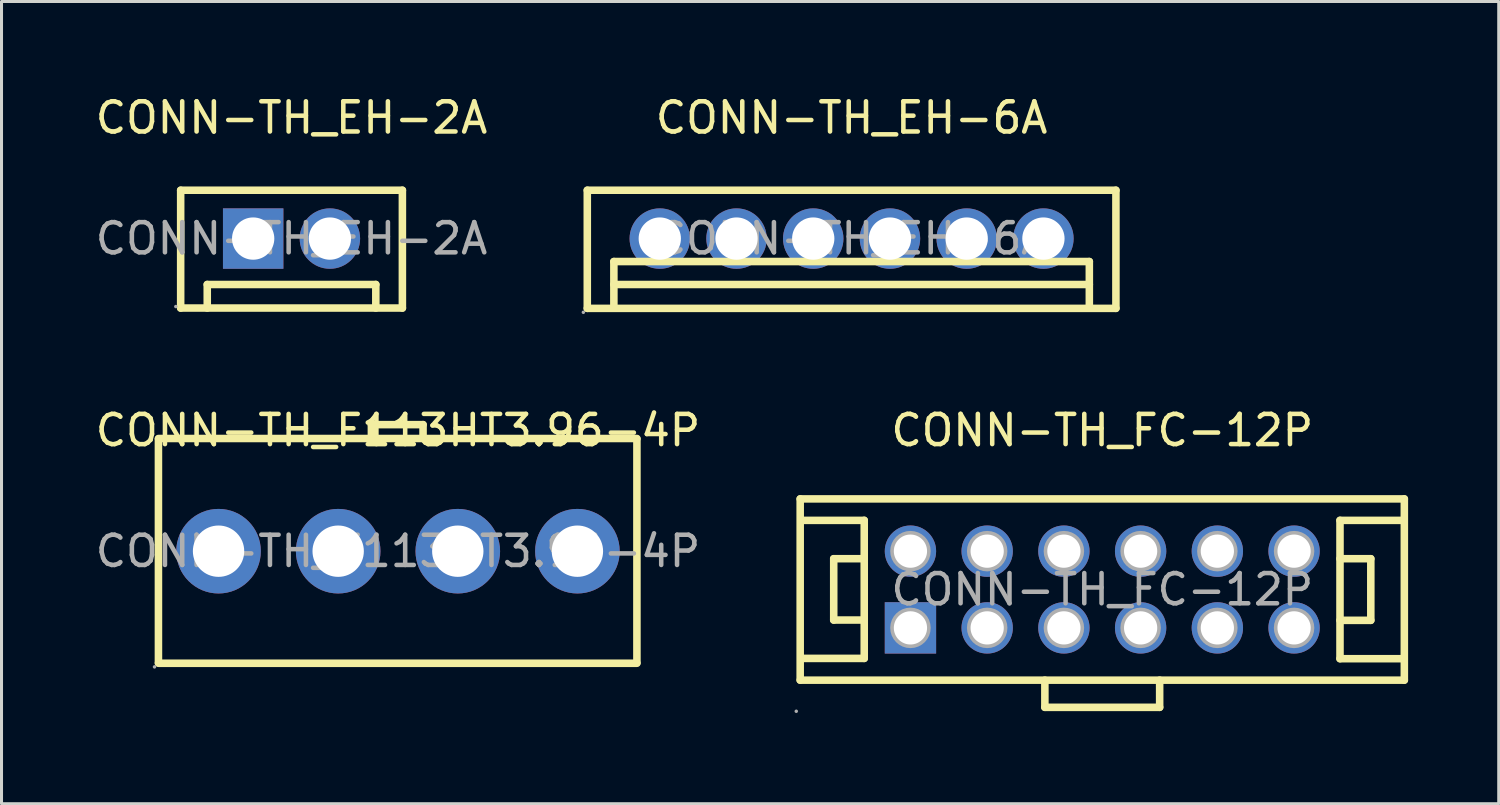
<source format=kicad_pcb>
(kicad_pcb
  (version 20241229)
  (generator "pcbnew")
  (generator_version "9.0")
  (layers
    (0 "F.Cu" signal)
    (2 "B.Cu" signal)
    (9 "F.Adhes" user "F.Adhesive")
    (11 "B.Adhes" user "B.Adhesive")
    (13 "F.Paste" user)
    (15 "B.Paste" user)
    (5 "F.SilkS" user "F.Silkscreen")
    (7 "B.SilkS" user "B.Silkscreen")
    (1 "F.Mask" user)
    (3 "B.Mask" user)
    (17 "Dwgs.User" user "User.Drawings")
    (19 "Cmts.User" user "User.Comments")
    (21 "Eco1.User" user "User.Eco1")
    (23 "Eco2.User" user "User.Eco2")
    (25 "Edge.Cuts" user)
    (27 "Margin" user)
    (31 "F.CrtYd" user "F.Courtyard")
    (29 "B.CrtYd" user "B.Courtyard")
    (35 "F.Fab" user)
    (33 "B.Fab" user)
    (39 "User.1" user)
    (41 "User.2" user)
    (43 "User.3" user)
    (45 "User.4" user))
  (footprint "CONN-TH_EH-2A"
    (layer "F.Cu")
    (at 6.601 4.848)
    (property "Reference" "CONN-TH_EH-2A" (at 0 -4 0) (layer "F.SilkS") (effects (font (size 1 1) (thickness 0.15))))
    (attr through_hole)
    (fp_line (start -3.67 -1.6) (end -3.67 2.3) (stroke (width 0.25) (type solid)) (layer "F.SilkS"))
    (fp_line (start -3.67 -1.6) (end 3.67 -1.6) (stroke (width 0.25) (type solid)) (layer "F.SilkS"))
    (fp_line (start -3.67 2.3) (end 3.67 2.3) (stroke (width 0.25) (type solid)) (layer "F.SilkS"))
    (fp_line (start -2.79 1.52) (end -2.79 2.3) (stroke (width 0.25) (type solid)) (layer "F.SilkS"))
    (fp_line (start -2.79 1.52) (end 2.79 1.52) (stroke (width 0.25) (type solid)) (layer "F.SilkS"))
    (fp_line (start 2.79 1.52) (end 2.79 2.3) (stroke (width 0.25) (type solid)) (layer "F.SilkS"))
    (fp_line (start 3.67 -1.6) (end 3.67 2.3) (stroke (width 0.25) (type solid)) (layer "F.SilkS"))
    (fp_circle (center -3.83 2.25) (end -3.8 2.25) (stroke (width 0.06) (type solid)) (fill no) (layer "F.Fab"))
    (fp_circle (center -1.27 0) (end -1.11 0) (stroke (width 0.32) (type solid)) (fill no) (layer "F.Fab"))
    (fp_circle (center 1.27 0) (end 1.43 0) (stroke (width 0.32) (type solid)) (fill no) (layer "F.Fab"))
    (fp_text user "${REFERENCE}" (at 0 0 0) (layer "F.Fab") (effects (font (size 1 1) (thickness 0.15))))
    (pad "1" thru_hole rect (at -1.27 0) (size 2 2) (drill 1.4) (layers "*.Cu" "*.Paste" "*.Mask"))
    (pad "2" thru_hole circle (at 1.27 0) (size 2 2) (drill 1.4) (layers "*.Cu" "*.Paste" "*.Mask")))
  (footprint "CONN-TH_F113HT3.96-4P"
    (layer "F.Cu")
    (at 10.125 15.197)
    (property "Reference" "CONN-TH_F113HT3.96-4P" (at 0 -4 0) (layer "F.SilkS") (effects (font (size 1 1) (thickness 0.15))))
    (attr through_hole)
    (fp_line (start -7.93 -3.73) (end 7.91 -3.73) (stroke (width 0.25) (type solid)) (layer "F.SilkS"))
    (fp_line (start -7.93 -3.71) (end -7.93 3.69) (stroke (width 0.25) (type solid)) (layer "F.SilkS"))
    (fp_line (start -7.93 3.71) (end 7.91 3.71) (stroke (width 0.25) (type solid)) (layer "F.SilkS"))
    (fp_line (start -0.88 -4.19) (end 0.83 -4.19) (stroke (width 0.25) (type solid)) (layer "F.SilkS"))
    (fp_line (start -0.88 -3.77) (end -0.88 -4.19) (stroke (width 0.25) (type solid)) (layer "F.SilkS"))
    (fp_line (start 0.83 -4.19) (end 0.83 -3.77) (stroke (width 0.25) (type solid)) (layer "F.SilkS"))
    (fp_line (start 7.91 -3.71) (end 7.91 3.69) (stroke (width 0.25) (type solid)) (layer "F.SilkS"))
    (fp_circle (center -8.06 3.83) (end -8.03 3.83) (stroke (width 0.06) (type solid)) (fill no) (layer "F.Fab"))
    (fp_circle (center -5.94 0) (end -5.56 0) (stroke (width 0.75) (type solid)) (fill no) (layer "F.Fab"))
    (fp_circle (center -1.98 0) (end -1.6 0) (stroke (width 0.75) (type solid)) (fill no) (layer "F.Fab"))
    (fp_circle (center 1.98 0) (end 2.36 0) (stroke (width 0.75) (type solid)) (fill no) (layer "F.Fab"))
    (fp_circle (center 5.94 0) (end 6.32 0) (stroke (width 0.75) (type solid)) (fill no) (layer "F.Fab"))
    (fp_text user "${REFERENCE}" (at 0 0 0) (layer "F.Fab") (effects (font (size 1 1) (thickness 0.15))))
    (pad "1" thru_hole circle (at -5.94 0) (size 2.8 2.8) (drill 1.7) (layers "*.Cu" "*.Paste" "*.Mask"))
    (pad "2" thru_hole circle (at -1.98 0) (size 2.8 2.8) (drill 1.7) (layers "*.Cu" "*.Paste" "*.Mask"))
    (pad "3" thru_hole circle (at 1.98 0) (size 2.8 2.8) (drill 1.7) (layers "*.Cu" "*.Paste" "*.Mask"))
    (pad "4" thru_hole circle (at 5.94 0) (size 2.8 2.8) (drill 1.7) (layers "*.Cu" "*.Paste" "*.Mask")))
  (footprint "CONN-TH_EH-6A"
    (layer "F.Cu")
    (at 25.142 4.848)
    (property "Reference" "CONN-TH_EH-6A" (at 0 -4 0) (layer "F.SilkS") (effects (font (size 1 1) (thickness 0.15))))
    (attr through_hole)
    (fp_line (start -8.75 -1.6) (end -8.75 2.31) (stroke (width 0.25) (type solid)) (layer "F.SilkS"))
    (fp_line (start -8.75 -1.6) (end 8.75 -1.6) (stroke (width 0.25) (type solid)) (layer "F.SilkS"))
    (fp_line (start -8.75 2.31) (end 8.75 2.31) (stroke (width 0.25) (type solid)) (layer "F.SilkS"))
    (fp_line (start -7.87 0.76) (end 7.87 0.76) (stroke (width 0.25) (type solid)) (layer "F.SilkS"))
    (fp_line (start -7.87 1.52) (end 7.87 1.52) (stroke (width 0.25) (type solid)) (layer "F.SilkS"))
    (fp_line (start -7.87 2.29) (end -7.87 0.76) (stroke (width 0.25) (type solid)) (layer "F.SilkS"))
    (fp_line (start 7.87 0.76) (end 7.87 2.29) (stroke (width 0.25) (type solid)) (layer "F.SilkS"))
    (fp_line (start 8.75 -1.6) (end 8.75 2.31) (stroke (width 0.25) (type solid)) (layer "F.SilkS"))
    (fp_circle (center -8.88 2.44) (end -8.85 2.44) (stroke (width 0.06) (type solid)) (fill no) (layer "F.Fab"))
    (fp_circle (center -6.35 0) (end -6.05 0) (stroke (width 0.6) (type solid)) (fill no) (layer "F.Fab"))
    (fp_circle (center -3.81 0) (end -3.51 0) (stroke (width 0.6) (type solid)) (fill no) (layer "F.Fab"))
    (fp_circle (center -1.27 0) (end -0.97 0) (stroke (width 0.6) (type solid)) (fill no) (layer "F.Fab"))
    (fp_circle (center 1.27 0) (end 1.57 0) (stroke (width 0.6) (type solid)) (fill no) (layer "F.Fab"))
    (fp_circle (center 3.81 0) (end 4.11 0) (stroke (width 0.6) (type solid)) (fill no) (layer "F.Fab"))
    (fp_circle (center 6.35 0) (end 6.65 0) (stroke (width 0.6) (type solid)) (fill no) (layer "F.Fab"))
    (fp_text user "${REFERENCE}" (at 0 0 0) (layer "F.Fab") (effects (font (size 1 1) (thickness 0.15))))
    (pad "1" thru_hole circle (at -6.35 0) (size 2 2) (drill 1.4) (layers "*.Cu" "*.Paste" "*.Mask"))
    (pad "2" thru_hole circle (at -3.81 0) (size 2 2) (drill 1.4) (layers "*.Cu" "*.Paste" "*.Mask"))
    (pad "3" thru_hole circle (at -1.27 0) (size 2 2) (drill 1.4) (layers "*.Cu" "*.Paste" "*.Mask"))
    (pad "4" thru_hole circle (at 1.27 0) (size 2 2) (drill 1.4) (layers "*.Cu" "*.Paste" "*.Mask"))
    (pad "5" thru_hole circle (at 3.81 0) (size 2 2) (drill 1.4) (layers "*.Cu" "*.Paste" "*.Mask"))
    (pad "6" thru_hole circle (at 6.35 0) (size 2 2) (drill 1.4) (layers "*.Cu" "*.Paste" "*.Mask")))
  (footprint "CONN-TH_FC-12P"
    (layer "F.Cu")
    (at 33.44 16.466)
    (property "Reference" "CONN-TH_FC-12P" (at 0 -5.27 0) (layer "F.SilkS") (effects (font (size 1 1) (thickness 0.15))))
    (attr through_hole)
    (fp_line (start -10 -3) (end -10 3) (stroke (width 0.25) (type solid)) (layer "F.SilkS"))
    (fp_line (start -10 -3) (end 10 -3) (stroke (width 0.25) (type solid)) (layer "F.SilkS"))
    (fp_line (start -10 3) (end 10 3) (stroke (width 0.25) (type solid)) (layer "F.SilkS"))
    (fp_line (start -9.91 -2.29) (end -7.88 -2.29) (stroke (width 0.25) (type solid)) (layer "F.SilkS"))
    (fp_line (start -8.89 -1.02) (end -8.89 1.01) (stroke (width 0.25) (type solid)) (layer "F.SilkS"))
    (fp_line (start -8.89 1.01) (end -7.88 1.01) (stroke (width 0.25) (type solid)) (layer "F.SilkS"))
    (fp_line (start -7.88 -2.29) (end -7.88 2.28) (stroke (width 0.25) (type solid)) (layer "F.SilkS"))
    (fp_line (start -7.88 -1.02) (end -8.89 -1.02) (stroke (width 0.25) (type solid)) (layer "F.SilkS"))
    (fp_line (start -7.88 2.28) (end -9.91 2.28) (stroke (width 0.25) (type solid)) (layer "F.SilkS"))
    (fp_line (start -1.9 3) (end -1.9 3.9) (stroke (width 0.25) (type solid)) (layer "F.SilkS"))
    (fp_line (start -1.9 3.9) (end 1.9 3.9) (stroke (width 0.25) (type solid)) (layer "F.SilkS"))
    (fp_line (start 1.9 3) (end 1.9 3.9) (stroke (width 0.25) (type solid)) (layer "F.SilkS"))
    (fp_line (start 7.87 -2.29) (end 7.87 2.29) (stroke (width 0.25) (type solid)) (layer "F.SilkS"))
    (fp_line (start 7.87 -1.02) (end 8.89 -1.02) (stroke (width 0.25) (type solid)) (layer "F.SilkS"))
    (fp_line (start 7.87 2.29) (end 9.91 2.29) (stroke (width 0.25) (type solid)) (layer "F.SilkS"))
    (fp_line (start 8.89 -1.02) (end 8.89 1.02) (stroke (width 0.25) (type solid)) (layer "F.SilkS"))
    (fp_line (start 8.89 1.02) (end 7.87 1.02) (stroke (width 0.25) (type solid)) (layer "F.SilkS"))
    (fp_line (start 9.91 -2.29) (end 7.87 -2.29) (stroke (width 0.25) (type solid)) (layer "F.SilkS"))
    (fp_line (start 10 -3) (end 10 3) (stroke (width 0.25) (type solid)) (layer "F.SilkS"))
    (fp_circle (center -10.13 4.03) (end -10.1 4.03) (stroke (width 0.06) (type solid)) (fill no) (layer "F.Fab"))
    (fp_circle (center -6.35 -1.27) (end -6.13 -1.27) (stroke (width 0.45) (type solid)) (fill no) (layer "F.Fab"))
    (fp_circle (center -6.35 1.27) (end -6.13 1.27) (stroke (width 0.45) (type solid)) (fill no) (layer "F.Fab"))
    (fp_circle (center -3.81 -1.27) (end -3.59 -1.27) (stroke (width 0.45) (type solid)) (fill no) (layer "F.Fab"))
    (fp_circle (center -3.81 1.27) (end -3.59 1.27) (stroke (width 0.45) (type solid)) (fill no) (layer "F.Fab"))
    (fp_circle (center -1.27 -1.27) (end -1.05 -1.27) (stroke (width 0.45) (type solid)) (fill no) (layer "F.Fab"))
    (fp_circle (center -1.27 1.27) (end -1.05 1.27) (stroke (width 0.45) (type solid)) (fill no) (layer "F.Fab"))
    (fp_circle (center 1.27 -1.27) (end 1.49 -1.27) (stroke (width 0.45) (type solid)) (fill no) (layer "F.Fab"))
    (fp_circle (center 1.27 1.27) (end 1.49 1.27) (stroke (width 0.45) (type solid)) (fill no) (layer "F.Fab"))
    (fp_circle (center 3.81 -1.27) (end 4.03 -1.27) (stroke (width 0.45) (type solid)) (fill no) (layer "F.Fab"))
    (fp_circle (center 3.81 1.27) (end 4.03 1.27) (stroke (width 0.45) (type solid)) (fill no) (layer "F.Fab"))
    (fp_circle (center 6.35 -1.27) (end 6.57 -1.27) (stroke (width 0.45) (type solid)) (fill no) (layer "F.Fab"))
    (fp_circle (center 6.35 1.27) (end 6.57 1.27) (stroke (width 0.45) (type solid)) (fill no) (layer "F.Fab"))
    (fp_text user "${REFERENCE}" (at 0 0 0) (layer "F.Fab") (effects (font (size 1 1) (thickness 0.15))))
    (pad "1" thru_hole rect (at -6.35 1.27) (size 1.7 1.7) (drill 1.1) (layers "*.Cu" "*.Paste" "*.Mask"))
    (pad "2" thru_hole circle (at -6.35 -1.27) (size 1.7 1.7) (drill 1.1) (layers "*.Cu" "*.Paste" "*.Mask"))
    (pad "3" thru_hole circle (at -3.81 1.27) (size 1.7 1.7) (drill 1.1) (layers "*.Cu" "*.Paste" "*.Mask"))
    (pad "4" thru_hole circle (at -3.81 -1.27) (size 1.7 1.7) (drill 1.1) (layers "*.Cu" "*.Paste" "*.Mask"))
    (pad "5" thru_hole circle (at -1.27 1.27) (size 1.7 1.7) (drill 1.1) (layers "*.Cu" "*.Paste" "*.Mask"))
    (pad "6" thru_hole circle (at -1.27 -1.27) (size 1.7 1.7) (drill 1.1) (layers "*.Cu" "*.Paste" "*.Mask"))
    (pad "7" thru_hole circle (at 1.27 1.27) (size 1.7 1.7) (drill 1.1) (layers "*.Cu" "*.Paste" "*.Mask"))
    (pad "8" thru_hole circle (at 1.27 -1.27) (size 1.7 1.7) (drill 1.1) (layers "*.Cu" "*.Paste" "*.Mask"))
    (pad "9" thru_hole circle (at 3.81 1.27) (size 1.7 1.7) (drill 1.1) (layers "*.Cu" "*.Paste" "*.Mask"))
    (pad "10" thru_hole circle (at 3.81 -1.27) (size 1.7 1.7) (drill 1.1) (layers "*.Cu" "*.Paste" "*.Mask"))
    (pad "11" thru_hole circle (at 6.35 1.27) (size 1.7 1.7) (drill 1.1) (layers "*.Cu" "*.Paste" "*.Mask"))
    (pad "12" thru_hole circle (at 6.35 -1.27) (size 1.7 1.7) (drill 1.1) (layers "*.Cu" "*.Paste" "*.Mask")))
  (gr_rect
    (start -3 -3)
    (end 46.565 23.556)
    (stroke (width 0.1) (type default))
    (fill no)
    (layer "Edge.Cuts")))
</source>
